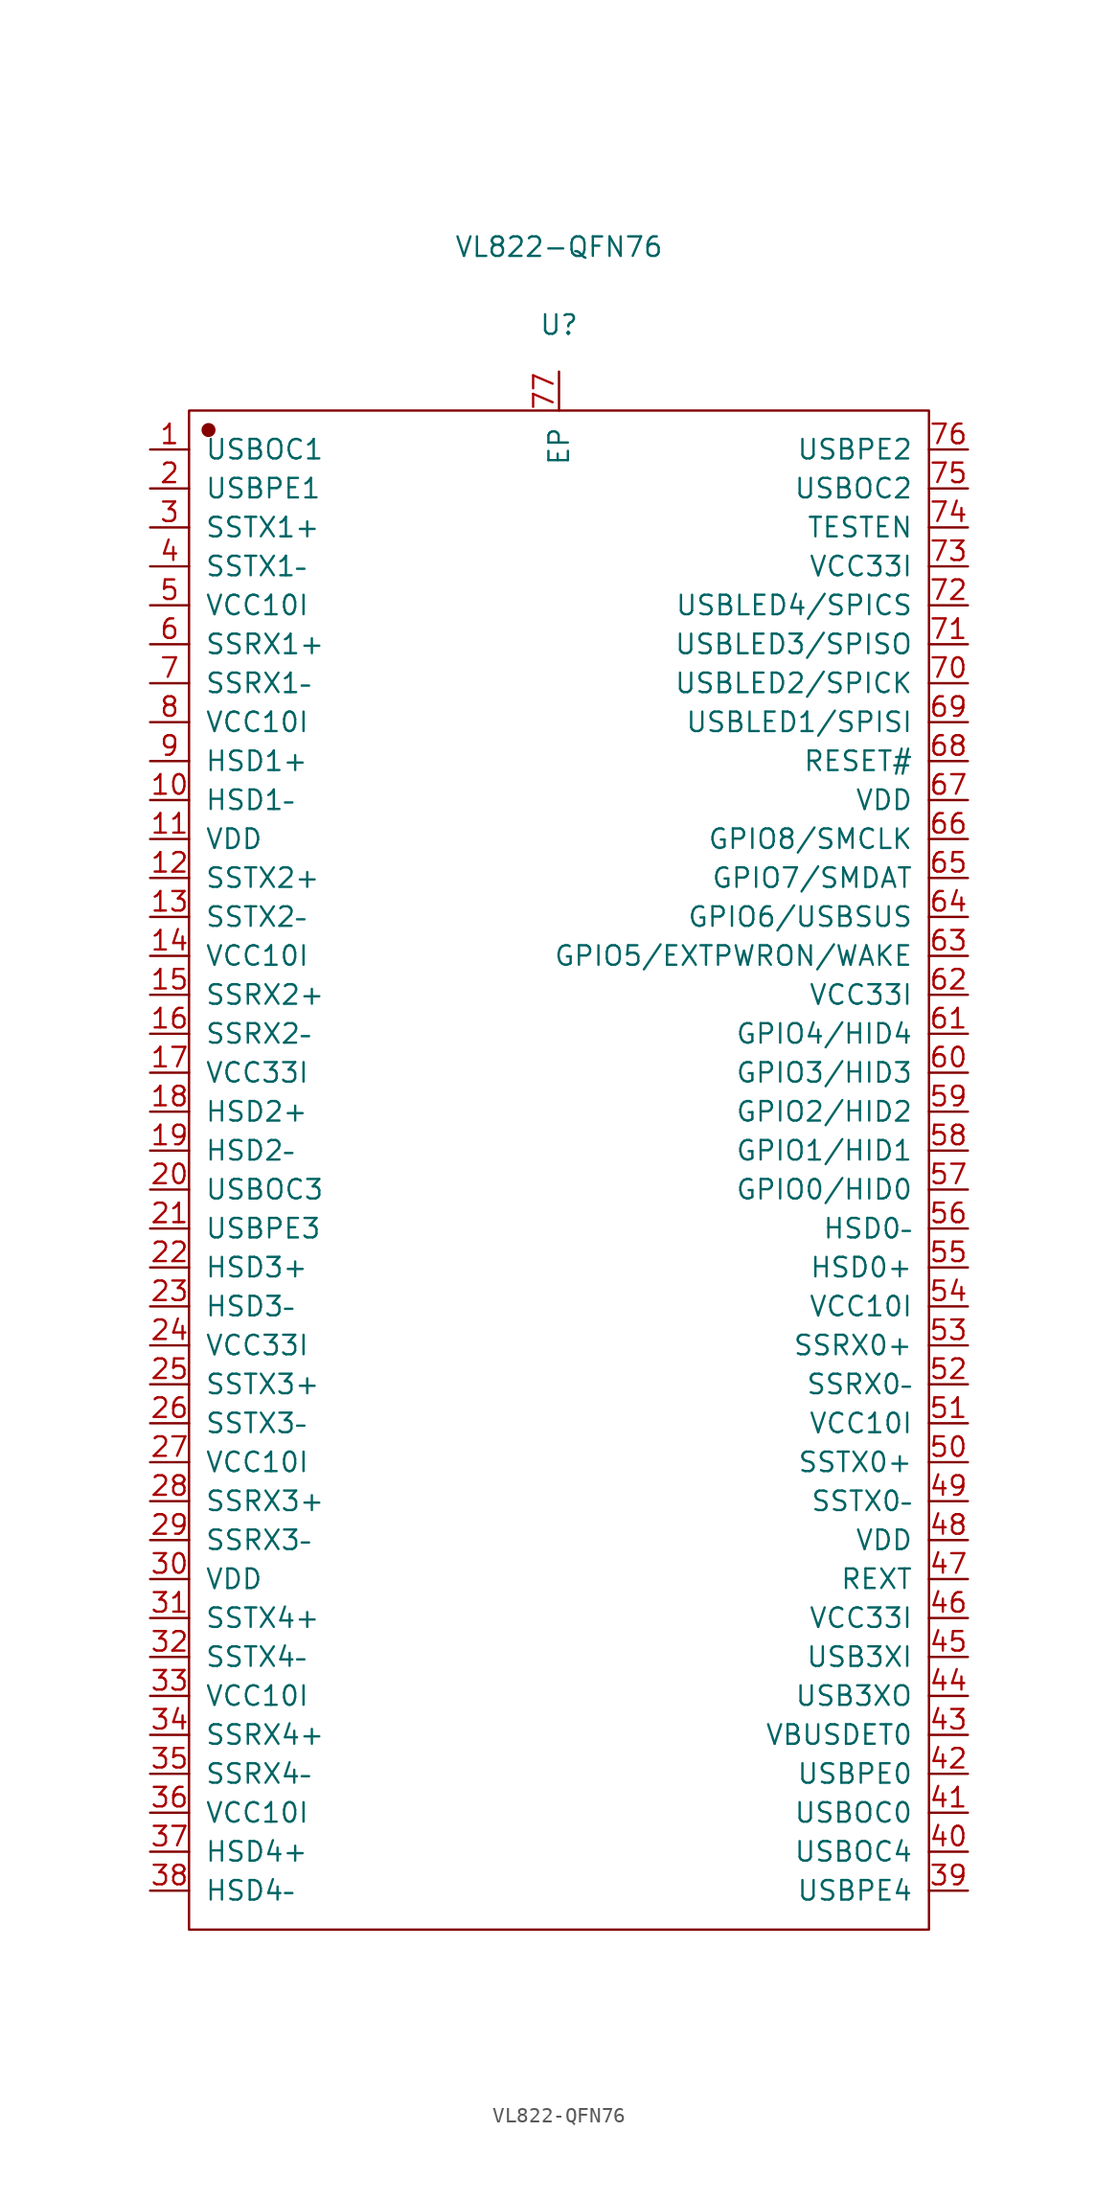
<source format=kicad_sym>
(kicad_symbol_lib
  (version 20231120)
  (generator "kicad_symbol_editor")
  (generator_version "8.0")
  (symbol "VL822-QFN76"
    (pin_names
      (offset 1.016))
    (property "Reference" "U"
      (at 0 55.118 0)
      (effects (font (size 1.27 1.27))))
    (property "Value" "VL822-QFN76"
      (at 0 60.198 0)
      (effects (font (size 1.27 1.27))))
    (symbol "VL822-QFN76_1_1"
      (rectangle (start -24.13 49.53) (end 24.13 -49.53) (stroke (width 0.152) (type solid)) (fill (type none)))
      (circle (center -22.86 48.26) (radius 0.381) (stroke (width 0.152) (type solid)) (fill (type outline)))
      (pin input line (at -26.67 46.99 0) (length 2.54) (name "USBOC1" (effects (font (size 1.27 1.27)))) (number "1" (effects (font (size 1.27 1.27)))))
      (pin input line (at -26.67 24.13 0) (length 2.54) (name "HSD1–" (effects (font (size 1.27 1.27)))) (number "10" (effects (font (size 1.27 1.27)))))
      (pin input line (at -26.67 21.59 0) (length 2.54) (name "VDD" (effects (font (size 1.27 1.27)))) (number "11" (effects (font (size 1.27 1.27)))))
      (pin input line (at -26.67 19.05 0) (length 2.54) (name "SSTX2+" (effects (font (size 1.27 1.27)))) (number "12" (effects (font (size 1.27 1.27)))))
      (pin input line (at -26.67 16.51 0) (length 2.54) (name "SSTX2–" (effects (font (size 1.27 1.27)))) (number "13" (effects (font (size 1.27 1.27)))))
      (pin input line (at -26.67 13.97 0) (length 2.54) (name "VCC10I" (effects (font (size 1.27 1.27)))) (number "14" (effects (font (size 1.27 1.27)))))
      (pin input line (at -26.67 11.43 0) (length 2.54) (name "SSRX2+" (effects (font (size 1.27 1.27)))) (number "15" (effects (font (size 1.27 1.27)))))
      (pin input line (at -26.67 8.89 0) (length 2.54) (name "SSRX2–" (effects (font (size 1.27 1.27)))) (number "16" (effects (font (size 1.27 1.27)))))
      (pin input line (at -26.67 6.35 0) (length 2.54) (name "VCC33I" (effects (font (size 1.27 1.27)))) (number "17" (effects (font (size 1.27 1.27)))))
      (pin input line (at -26.67 3.81 0) (length 2.54) (name "HSD2+" (effects (font (size 1.27 1.27)))) (number "18" (effects (font (size 1.27 1.27)))))
      (pin input line (at -26.67 1.27 0) (length 2.54) (name "HSD2–" (effects (font (size 1.27 1.27)))) (number "19" (effects (font (size 1.27 1.27)))))
      (pin input line (at -26.67 44.45 0) (length 2.54) (name "USBPE1" (effects (font (size 1.27 1.27)))) (number "2" (effects (font (size 1.27 1.27)))))
      (pin input line (at -26.67 -1.27 0) (length 2.54) (name "USBOC3" (effects (font (size 1.27 1.27)))) (number "20" (effects (font (size 1.27 1.27)))))
      (pin input line (at -26.67 -3.81 0) (length 2.54) (name "USBPE3" (effects (font (size 1.27 1.27)))) (number "21" (effects (font (size 1.27 1.27)))))
      (pin input line (at -26.67 -6.35 0) (length 2.54) (name "HSD3+" (effects (font (size 1.27 1.27)))) (number "22" (effects (font (size 1.27 1.27)))))
      (pin input line (at -26.67 -8.89 0) (length 2.54) (name "HSD3–" (effects (font (size 1.27 1.27)))) (number "23" (effects (font (size 1.27 1.27)))))
      (pin input line (at -26.67 -11.43 0) (length 2.54) (name "VCC33I" (effects (font (size 1.27 1.27)))) (number "24" (effects (font (size 1.27 1.27)))))
      (pin input line (at -26.67 -13.97 0) (length 2.54) (name "SSTX3+" (effects (font (size 1.27 1.27)))) (number "25" (effects (font (size 1.27 1.27)))))
      (pin input line (at -26.67 -16.51 0) (length 2.54) (name "SSTX3–" (effects (font (size 1.27 1.27)))) (number "26" (effects (font (size 1.27 1.27)))))
      (pin input line (at -26.67 -19.05 0) (length 2.54) (name "VCC10I" (effects (font (size 1.27 1.27)))) (number "27" (effects (font (size 1.27 1.27)))))
      (pin input line (at -26.67 -21.59 0) (length 2.54) (name "SSRX3+" (effects (font (size 1.27 1.27)))) (number "28" (effects (font (size 1.27 1.27)))))
      (pin input line (at -26.67 -24.13 0) (length 2.54) (name "SSRX3–" (effects (font (size 1.27 1.27)))) (number "29" (effects (font (size 1.27 1.27)))))
      (pin input line (at -26.67 41.91 0) (length 2.54) (name "SSTX1+" (effects (font (size 1.27 1.27)))) (number "3" (effects (font (size 1.27 1.27)))))
      (pin input line (at -26.67 -26.67 0) (length 2.54) (name "VDD" (effects (font (size 1.27 1.27)))) (number "30" (effects (font (size 1.27 1.27)))))
      (pin input line (at -26.67 -29.21 0) (length 2.54) (name "SSTX4+" (effects (font (size 1.27 1.27)))) (number "31" (effects (font (size 1.27 1.27)))))
      (pin input line (at -26.67 -31.75 0) (length 2.54) (name "SSTX4–" (effects (font (size 1.27 1.27)))) (number "32" (effects (font (size 1.27 1.27)))))
      (pin input line (at -26.67 -34.29 0) (length 2.54) (name "VCC10I" (effects (font (size 1.27 1.27)))) (number "33" (effects (font (size 1.27 1.27)))))
      (pin input line (at -26.67 -36.83 0) (length 2.54) (name "SSRX4+" (effects (font (size 1.27 1.27)))) (number "34" (effects (font (size 1.27 1.27)))))
      (pin input line (at -26.67 -39.37 0) (length 2.54) (name "SSRX4–" (effects (font (size 1.27 1.27)))) (number "35" (effects (font (size 1.27 1.27)))))
      (pin input line (at -26.67 -41.91 0) (length 2.54) (name "VCC10I" (effects (font (size 1.27 1.27)))) (number "36" (effects (font (size 1.27 1.27)))))
      (pin input line (at -26.67 -44.45 0) (length 2.54) (name "HSD4+" (effects (font (size 1.27 1.27)))) (number "37" (effects (font (size 1.27 1.27)))))
      (pin input line (at -26.67 -46.99 0) (length 2.54) (name "HSD4–" (effects (font (size 1.27 1.27)))) (number "38" (effects (font (size 1.27 1.27)))))
      (pin input line (at 26.67 -46.99 180) (length 2.54) (name "USBPE4" (effects (font (size 1.27 1.27)))) (number "39" (effects (font (size 1.27 1.27)))))
      (pin input line (at -26.67 39.37 0) (length 2.54) (name "SSTX1–" (effects (font (size 1.27 1.27)))) (number "4" (effects (font (size 1.27 1.27)))))
      (pin input line (at 26.67 -44.45 180) (length 2.54) (name "USBOC4" (effects (font (size 1.27 1.27)))) (number "40" (effects (font (size 1.27 1.27)))))
      (pin input line (at 26.67 -41.91 180) (length 2.54) (name "USBOC0" (effects (font (size 1.27 1.27)))) (number "41" (effects (font (size 1.27 1.27)))))
      (pin input line (at 26.67 -39.37 180) (length 2.54) (name "USBPE0" (effects (font (size 1.27 1.27)))) (number "42" (effects (font (size 1.27 1.27)))))
      (pin input line (at 26.67 -36.83 180) (length 2.54) (name "VBUSDET0" (effects (font (size 1.27 1.27)))) (number "43" (effects (font (size 1.27 1.27)))))
      (pin input line (at 26.67 -34.29 180) (length 2.54) (name "USB3XO" (effects (font (size 1.27 1.27)))) (number "44" (effects (font (size 1.27 1.27)))))
      (pin input line (at 26.67 -31.75 180) (length 2.54) (name "USB3XI" (effects (font (size 1.27 1.27)))) (number "45" (effects (font (size 1.27 1.27)))))
      (pin input line (at 26.67 -29.21 180) (length 2.54) (name "VCC33I" (effects (font (size 1.27 1.27)))) (number "46" (effects (font (size 1.27 1.27)))))
      (pin input line (at 26.67 -26.67 180) (length 2.54) (name "REXT" (effects (font (size 1.27 1.27)))) (number "47" (effects (font (size 1.27 1.27)))))
      (pin input line (at 26.67 -24.13 180) (length 2.54) (name "VDD" (effects (font (size 1.27 1.27)))) (number "48" (effects (font (size 1.27 1.27)))))
      (pin input line (at 26.67 -21.59 180) (length 2.54) (name "SSTX0–" (effects (font (size 1.27 1.27)))) (number "49" (effects (font (size 1.27 1.27)))))
      (pin input line (at -26.67 36.83 0) (length 2.54) (name "VCC10I" (effects (font (size 1.27 1.27)))) (number "5" (effects (font (size 1.27 1.27)))))
      (pin input line (at 26.67 -19.05 180) (length 2.54) (name "SSTX0+" (effects (font (size 1.27 1.27)))) (number "50" (effects (font (size 1.27 1.27)))))
      (pin input line (at 26.67 -16.51 180) (length 2.54) (name "VCC10I" (effects (font (size 1.27 1.27)))) (number "51" (effects (font (size 1.27 1.27)))))
      (pin input line (at 26.67 -13.97 180) (length 2.54) (name "SSRX0–" (effects (font (size 1.27 1.27)))) (number "52" (effects (font (size 1.27 1.27)))))
      (pin input line (at 26.67 -11.43 180) (length 2.54) (name "SSRX0+" (effects (font (size 1.27 1.27)))) (number "53" (effects (font (size 1.27 1.27)))))
      (pin input line (at 26.67 -8.89 180) (length 2.54) (name "VCC10I" (effects (font (size 1.27 1.27)))) (number "54" (effects (font (size 1.27 1.27)))))
      (pin input line (at 26.67 -6.35 180) (length 2.54) (name "HSD0+" (effects (font (size 1.27 1.27)))) (number "55" (effects (font (size 1.27 1.27)))))
      (pin input line (at 26.67 -3.81 180) (length 2.54) (name "HSD0–" (effects (font (size 1.27 1.27)))) (number "56" (effects (font (size 1.27 1.27)))))
      (pin input line (at 26.67 -1.27 180) (length 2.54) (name "GPIO0/HID0" (effects (font (size 1.27 1.27)))) (number "57" (effects (font (size 1.27 1.27)))))
      (pin input line (at 26.67 1.27 180) (length 2.54) (name "GPIO1/HID1" (effects (font (size 1.27 1.27)))) (number "58" (effects (font (size 1.27 1.27)))))
      (pin input line (at 26.67 3.81 180) (length 2.54) (name "GPIO2/HID2" (effects (font (size 1.27 1.27)))) (number "59" (effects (font (size 1.27 1.27)))))
      (pin input line (at -26.67 34.29 0) (length 2.54) (name "SSRX1+" (effects (font (size 1.27 1.27)))) (number "6" (effects (font (size 1.27 1.27)))))
      (pin input line (at 26.67 6.35 180) (length 2.54) (name "GPIO3/HID3" (effects (font (size 1.27 1.27)))) (number "60" (effects (font (size 1.27 1.27)))))
      (pin input line (at 26.67 8.89 180) (length 2.54) (name "GPIO4/HID4" (effects (font (size 1.27 1.27)))) (number "61" (effects (font (size 1.27 1.27)))))
      (pin input line (at 26.67 11.43 180) (length 2.54) (name "VCC33I" (effects (font (size 1.27 1.27)))) (number "62" (effects (font (size 1.27 1.27)))))
      (pin input line (at 26.67 13.97 180) (length 2.54) (name "GPIO5/EXTPWRON/WAKE" (effects (font (size 1.27 1.27)))) (number "63" (effects (font (size 1.27 1.27)))))
      (pin input line (at 26.67 16.51 180) (length 2.54) (name "GPIO6/USBSUS" (effects (font (size 1.27 1.27)))) (number "64" (effects (font (size 1.27 1.27)))))
      (pin input line (at 26.67 19.05 180) (length 2.54) (name "GPIO7/SMDAT" (effects (font (size 1.27 1.27)))) (number "65" (effects (font (size 1.27 1.27)))))
      (pin input line (at 26.67 21.59 180) (length 2.54) (name "GPIO8/SMCLK" (effects (font (size 1.27 1.27)))) (number "66" (effects (font (size 1.27 1.27)))))
      (pin input line (at 26.67 24.13 180) (length 2.54) (name "VDD" (effects (font (size 1.27 1.27)))) (number "67" (effects (font (size 1.27 1.27)))))
      (pin input line (at 26.67 26.67 180) (length 2.54) (name "RESET#" (effects (font (size 1.27 1.27)))) (number "68" (effects (font (size 1.27 1.27)))))
      (pin input line (at 26.67 29.21 180) (length 2.54) (name "USBLED1/SPISI" (effects (font (size 1.27 1.27)))) (number "69" (effects (font (size 1.27 1.27)))))
      (pin input line (at -26.67 31.75 0) (length 2.54) (name "SSRX1–" (effects (font (size 1.27 1.27)))) (number "7" (effects (font (size 1.27 1.27)))))
      (pin input line (at 26.67 31.75 180) (length 2.54) (name "USBLED2/SPICK" (effects (font (size 1.27 1.27)))) (number "70" (effects (font (size 1.27 1.27)))))
      (pin input line (at 26.67 34.29 180) (length 2.54) (name "USBLED3/SPISO" (effects (font (size 1.27 1.27)))) (number "71" (effects (font (size 1.27 1.27)))))
      (pin input line (at 26.67 36.83 180) (length 2.54) (name "USBLED4/SPICS" (effects (font (size 1.27 1.27)))) (number "72" (effects (font (size 1.27 1.27)))))
      (pin input line (at 26.67 39.37 180) (length 2.54) (name "VCC33I" (effects (font (size 1.27 1.27)))) (number "73" (effects (font (size 1.27 1.27)))))
      (pin input line (at 26.67 41.91 180) (length 2.54) (name "TESTEN" (effects (font (size 1.27 1.27)))) (number "74" (effects (font (size 1.27 1.27)))))
      (pin input line (at 26.67 44.45 180) (length 2.54) (name "USBOC2" (effects (font (size 1.27 1.27)))) (number "75" (effects (font (size 1.27 1.27)))))
      (pin input line (at 26.67 46.99 180) (length 2.54) (name "USBPE2" (effects (font (size 1.27 1.27)))) (number "76" (effects (font (size 1.27 1.27)))))
      (pin input line (at 0 52.07 270) (length 2.54) (name "EP" (effects (font (size 1.27 1.27)))) (number "77" (effects (font (size 1.27 1.27)))))
      (pin input line (at -26.67 29.21 0) (length 2.54) (name "VCC10I" (effects (font (size 1.27 1.27)))) (number "8" (effects (font (size 1.27 1.27)))))
      (pin input line (at -26.67 26.67 0) (length 2.54) (name "HSD1+" (effects (font (size 1.27 1.27)))) (number "9" (effects (font (size 1.27 1.27))))))))
</source>
